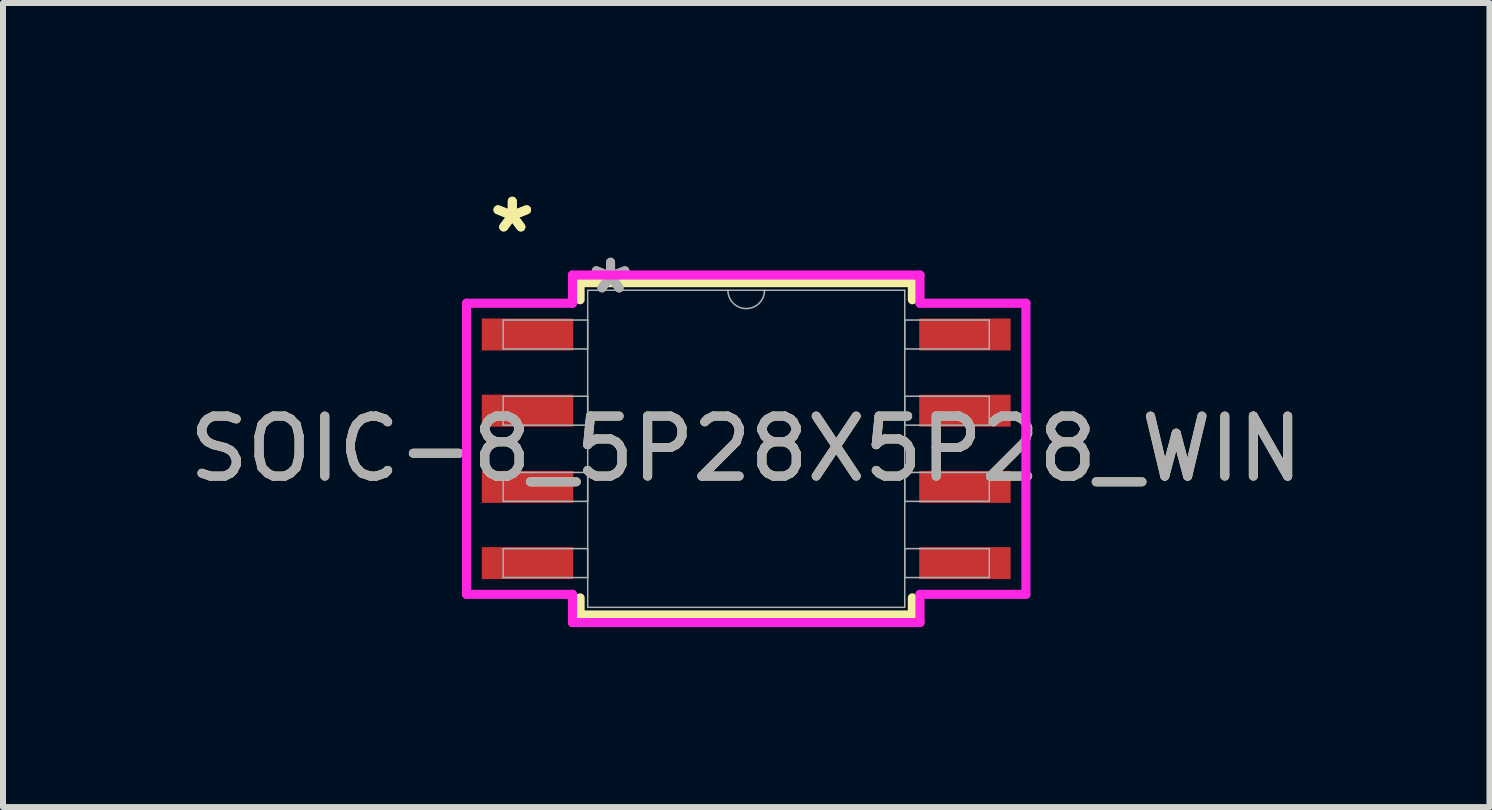
<source format=kicad_pcb>
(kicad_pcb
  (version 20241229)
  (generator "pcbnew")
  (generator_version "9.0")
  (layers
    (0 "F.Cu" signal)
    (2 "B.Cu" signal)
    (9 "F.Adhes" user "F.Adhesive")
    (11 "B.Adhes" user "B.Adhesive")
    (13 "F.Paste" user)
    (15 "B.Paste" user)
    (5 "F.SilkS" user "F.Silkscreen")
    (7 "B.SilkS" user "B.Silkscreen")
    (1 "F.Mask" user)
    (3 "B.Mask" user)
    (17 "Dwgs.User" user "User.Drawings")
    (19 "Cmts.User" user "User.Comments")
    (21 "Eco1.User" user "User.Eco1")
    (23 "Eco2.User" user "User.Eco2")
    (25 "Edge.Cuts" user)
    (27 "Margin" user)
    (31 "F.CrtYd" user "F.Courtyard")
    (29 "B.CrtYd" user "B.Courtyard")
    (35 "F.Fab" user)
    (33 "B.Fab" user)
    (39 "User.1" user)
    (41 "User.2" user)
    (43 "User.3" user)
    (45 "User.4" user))
  (footprint "SOIC-8_5P28X5P28_WIN"
    (layer "F.Cu")
    (at 9.387 4.43)
    (property "Reference" "SOIC-8_5P28X5P28_WIN" (at 0 0 0) (unlocked yes) (layer "F.SilkS") (effects (font (size 1 1) (thickness 0.15))))
    (attr smd)
    (fp_line (start -2.769 -2.769) (end -2.769 -2.484) (stroke (width 0.152) (type solid)) (layer "F.SilkS"))
    (fp_line (start -2.769 2.484) (end -2.769 2.769) (stroke (width 0.152) (type solid)) (layer "F.SilkS"))
    (fp_line (start -2.769 2.769) (end 2.769 2.769) (stroke (width 0.152) (type solid)) (layer "F.SilkS"))
    (fp_line (start 2.769 -2.769) (end -2.769 -2.769) (stroke (width 0.152) (type solid)) (layer "F.SilkS"))
    (fp_line (start 2.769 -2.484) (end 2.769 -2.769) (stroke (width 0.152) (type solid)) (layer "F.SilkS"))
    (fp_line (start 2.769 2.769) (end 2.769 2.484) (stroke (width 0.152) (type solid)) (layer "F.SilkS"))
    (fp_line (start -4.661 -2.426) (end -2.896 -2.426) (stroke (width 0.152) (type solid)) (layer "F.CrtYd"))
    (fp_line (start -4.661 2.426) (end -4.661 -2.426) (stroke (width 0.152) (type solid)) (layer "F.CrtYd"))
    (fp_line (start -4.661 2.426) (end -2.896 2.426) (stroke (width 0.152) (type solid)) (layer "F.CrtYd"))
    (fp_line (start -2.896 -2.896) (end 2.896 -2.896) (stroke (width 0.152) (type solid)) (layer "F.CrtYd"))
    (fp_line (start -2.896 -2.426) (end -2.896 -2.896) (stroke (width 0.152) (type solid)) (layer "F.CrtYd"))
    (fp_line (start -2.896 2.896) (end -2.896 2.426) (stroke (width 0.152) (type solid)) (layer "F.CrtYd"))
    (fp_line (start 2.896 -2.896) (end 2.896 -2.426) (stroke (width 0.152) (type solid)) (layer "F.CrtYd"))
    (fp_line (start 2.896 2.426) (end 2.896 2.896) (stroke (width 0.152) (type solid)) (layer "F.CrtYd"))
    (fp_line (start 2.896 2.896) (end -2.896 2.896) (stroke (width 0.152) (type solid)) (layer "F.CrtYd"))
    (fp_line (start 4.661 -2.426) (end 2.896 -2.426) (stroke (width 0.152) (type solid)) (layer "F.CrtYd"))
    (fp_line (start 4.661 -2.426) (end 4.661 2.426) (stroke (width 0.152) (type solid)) (layer "F.CrtYd"))
    (fp_line (start 4.661 2.426) (end 2.896 2.426) (stroke (width 0.152) (type solid)) (layer "F.CrtYd"))
    (fp_line (start -4.051 -2.146) (end -4.051 -1.664) (stroke (width 0.025) (type solid)) (layer "F.Fab"))
    (fp_line (start -4.051 -1.664) (end -2.642 -1.664) (stroke (width 0.025) (type solid)) (layer "F.Fab"))
    (fp_line (start -4.051 -0.876) (end -4.051 -0.394) (stroke (width 0.025) (type solid)) (layer "F.Fab"))
    (fp_line (start -4.051 -0.394) (end -2.642 -0.394) (stroke (width 0.025) (type solid)) (layer "F.Fab"))
    (fp_line (start -4.051 0.394) (end -4.051 0.876) (stroke (width 0.025) (type solid)) (layer "F.Fab"))
    (fp_line (start -4.051 0.876) (end -2.642 0.876) (stroke (width 0.025) (type solid)) (layer "F.Fab"))
    (fp_line (start -4.051 1.664) (end -4.051 2.146) (stroke (width 0.025) (type solid)) (layer "F.Fab"))
    (fp_line (start -4.051 2.146) (end -2.642 2.146) (stroke (width 0.025) (type solid)) (layer "F.Fab"))
    (fp_line (start -2.642 -2.642) (end -2.642 2.642) (stroke (width 0.025) (type solid)) (layer "F.Fab"))
    (fp_line (start -2.642 -2.146) (end -4.051 -2.146) (stroke (width 0.025) (type solid)) (layer "F.Fab"))
    (fp_line (start -2.642 -1.664) (end -2.642 -2.146) (stroke (width 0.025) (type solid)) (layer "F.Fab"))
    (fp_line (start -2.642 -0.876) (end -4.051 -0.876) (stroke (width 0.025) (type solid)) (layer "F.Fab"))
    (fp_line (start -2.642 -0.394) (end -2.642 -0.876) (stroke (width 0.025) (type solid)) (layer "F.Fab"))
    (fp_line (start -2.642 0.394) (end -4.051 0.394) (stroke (width 0.025) (type solid)) (layer "F.Fab"))
    (fp_line (start -2.642 0.876) (end -2.642 0.394) (stroke (width 0.025) (type solid)) (layer "F.Fab"))
    (fp_line (start -2.642 1.664) (end -4.051 1.664) (stroke (width 0.025) (type solid)) (layer "F.Fab"))
    (fp_line (start -2.642 2.146) (end -2.642 1.664) (stroke (width 0.025) (type solid)) (layer "F.Fab"))
    (fp_line (start -2.642 2.642) (end 2.642 2.642) (stroke (width 0.025) (type solid)) (layer "F.Fab"))
    (fp_line (start 2.642 -2.642) (end -2.642 -2.642) (stroke (width 0.025) (type solid)) (layer "F.Fab"))
    (fp_line (start 2.642 -2.146) (end 2.642 -1.664) (stroke (width 0.025) (type solid)) (layer "F.Fab"))
    (fp_line (start 2.642 -1.664) (end 4.051 -1.664) (stroke (width 0.025) (type solid)) (layer "F.Fab"))
    (fp_line (start 2.642 -0.876) (end 2.642 -0.394) (stroke (width 0.025) (type solid)) (layer "F.Fab"))
    (fp_line (start 2.642 -0.394) (end 4.051 -0.394) (stroke (width 0.025) (type solid)) (layer "F.Fab"))
    (fp_line (start 2.642 0.394) (end 2.642 0.876) (stroke (width 0.025) (type solid)) (layer "F.Fab"))
    (fp_line (start 2.642 0.876) (end 4.051 0.876) (stroke (width 0.025) (type solid)) (layer "F.Fab"))
    (fp_line (start 2.642 1.664) (end 2.642 2.146) (stroke (width 0.025) (type solid)) (layer "F.Fab"))
    (fp_line (start 2.642 2.146) (end 4.051 2.146) (stroke (width 0.025) (type solid)) (layer "F.Fab"))
    (fp_line (start 2.642 2.642) (end 2.642 -2.642) (stroke (width 0.025) (type solid)) (layer "F.Fab"))
    (fp_line (start 4.051 -2.146) (end 2.642 -2.146) (stroke (width 0.025) (type solid)) (layer "F.Fab"))
    (fp_line (start 4.051 -1.664) (end 4.051 -2.146) (stroke (width 0.025) (type solid)) (layer "F.Fab"))
    (fp_line (start 4.051 -0.876) (end 2.642 -0.876) (stroke (width 0.025) (type solid)) (layer "F.Fab"))
    (fp_line (start 4.051 -0.394) (end 4.051 -0.876) (stroke (width 0.025) (type solid)) (layer "F.Fab"))
    (fp_line (start 4.051 0.394) (end 2.642 0.394) (stroke (width 0.025) (type solid)) (layer "F.Fab"))
    (fp_line (start 4.051 0.876) (end 4.051 0.394) (stroke (width 0.025) (type solid)) (layer "F.Fab"))
    (fp_line (start 4.051 1.664) (end 2.642 1.664) (stroke (width 0.025) (type solid)) (layer "F.Fab"))
    (fp_line (start 4.051 2.146) (end 4.051 1.664) (stroke (width 0.025) (type solid)) (layer "F.Fab"))
    (fp_arc (start 0.3048 -2.6416) (mid 0 -2.3368) (end -0.3048 -2.6416) (stroke (width 0.0254) (type solid)) (layer "F.Fab"))
    (fp_text user "*" (at -3.899 -3.581 0) (unlocked yes) (layer "F.SilkS") (effects (font (size 1 1) (thickness 0.15))))
    (fp_text user "*" (at -3.899 -3.581 0) (layer "F.SilkS") (effects (font (size 1 1) (thickness 0.15))))
    (fp_text user "*" (at -2.261 -2.565 0) (layer "F.Fab") (effects (font (size 1 1) (thickness 0.15))))
    (fp_text user "${REFERENCE}" (at 0 0 0) (unlocked yes) (layer "F.Fab") (effects (font (size 1 1) (thickness 0.15))))
    (fp_text user "*" (at -2.261 -2.565 0) (unlocked yes) (layer "F.Fab") (effects (font (size 1 1) (thickness 0.15))))
    (pad "1" smd rect (at -3.645 -1.905) (size 1.524 0.533) (layers "F.Cu" "F.Mask" "F.Paste"))
    (pad "2" smd rect (at -3.645 -0.635) (size 1.524 0.533) (layers "F.Cu" "F.Mask" "F.Paste"))
    (pad "3" smd rect (at -3.645 0.635) (size 1.524 0.533) (layers "F.Cu" "F.Mask" "F.Paste"))
    (pad "4" smd rect (at -3.645 1.905) (size 1.524 0.533) (layers "F.Cu" "F.Mask" "F.Paste"))
    (pad "5" smd rect (at 3.645 1.905) (size 1.524 0.533) (layers "F.Cu" "F.Mask" "F.Paste"))
    (pad "6" smd rect (at 3.645 0.635) (size 1.524 0.533) (layers "F.Cu" "F.Mask" "F.Paste"))
    (pad "7" smd rect (at 3.645 -0.635) (size 1.524 0.533) (layers "F.Cu" "F.Mask" "F.Paste"))
    (pad "8" smd rect (at 3.645 -1.905) (size 1.524 0.533) (layers "F.Cu" "F.Mask" "F.Paste")))
  (gr_rect
    (start -3 -3)
    (end 21.774 10.401)
    (stroke (width 0.1) (type default))
    (fill no)
    (layer "Edge.Cuts")))
</source>
